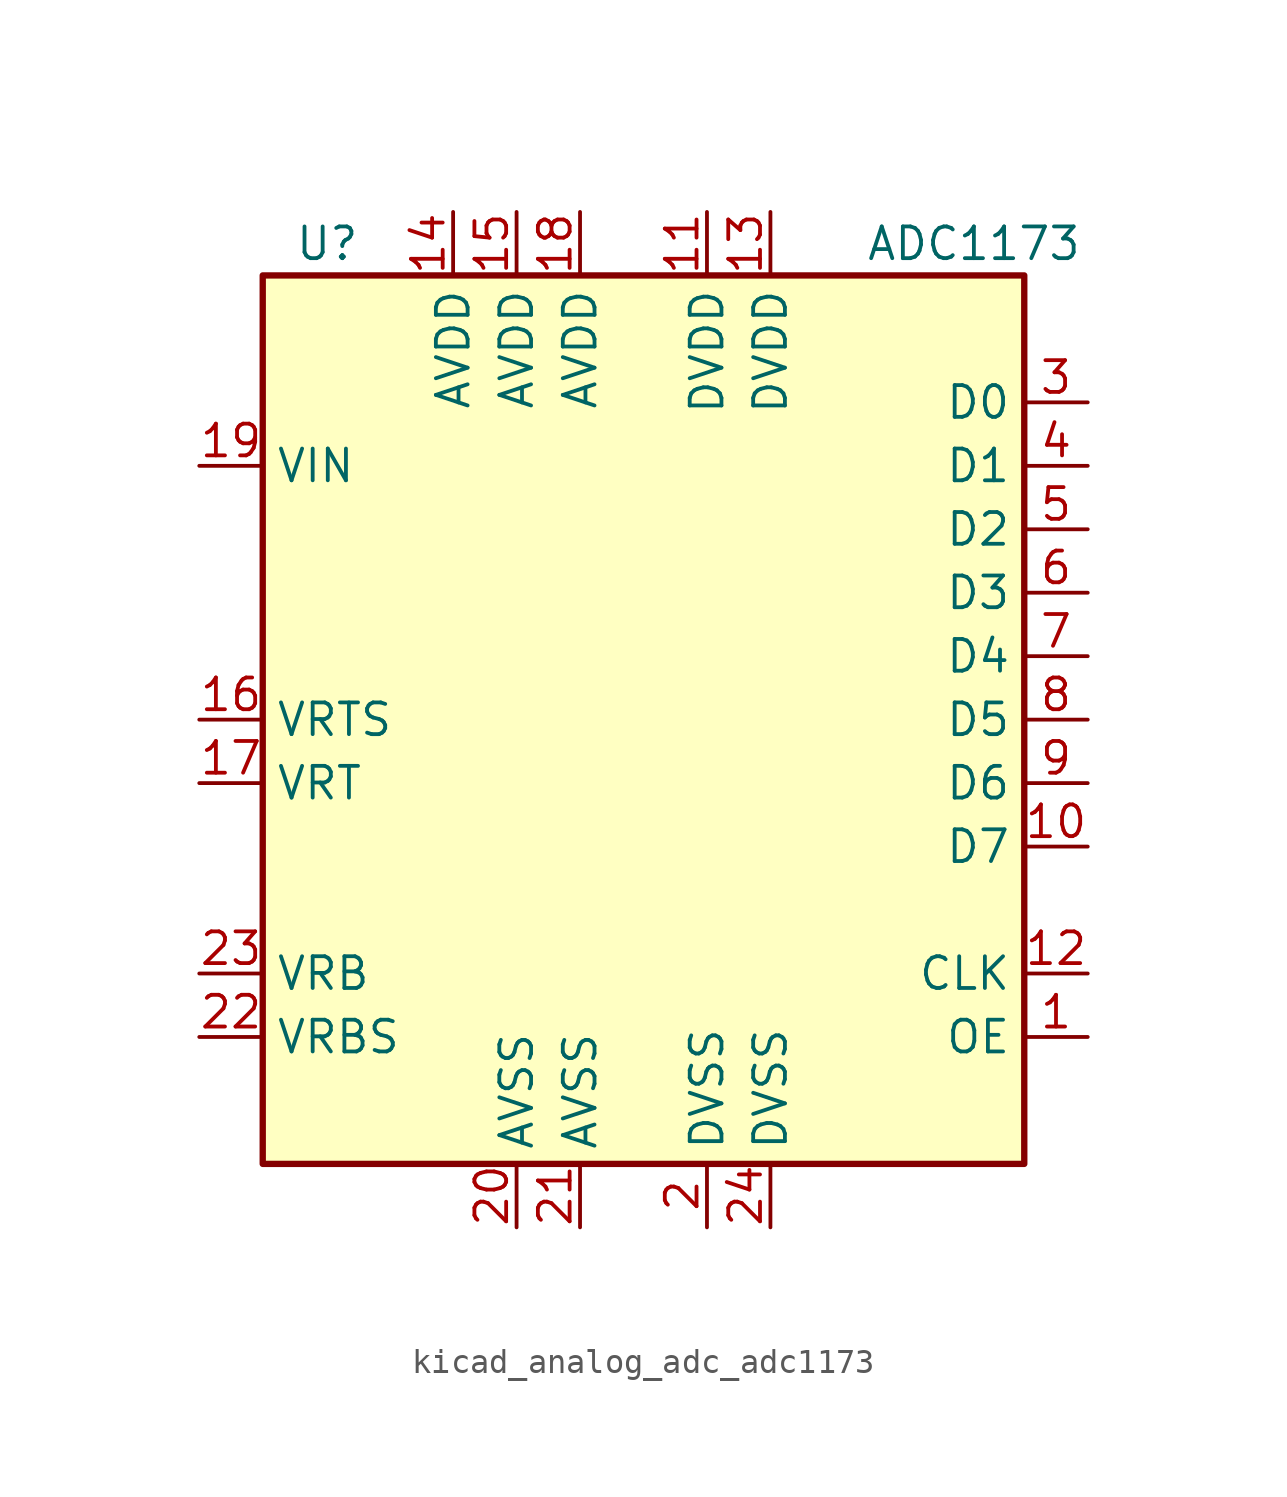
<source format=kicad_sym>
(kicad_symbol_lib
  (version 20220914)
  (generator kicad_symbol_editor)
  (symbol "kicad_analog_adc_adc1173"
    (property "Reference" "U"
      (at -13.97 19.05 0)
      (effects (font (size 1.27 1.27)) (justify left)))
    (property "Value" "ADC1173"
      (at 8.89 19.05 0)
      (effects (font (size 1.27 1.27)) (justify left)))
    (symbol "kicad_analog_adc_adc1173_0_1"
      (rectangle (start -15.24 17.78) (end 15.24 -17.78) (stroke (width 0.254) (type default)) (fill (type background))))
    (symbol "kicad_analog_adc_adc1173_1_1"
      (pin input line (at 17.78 -12.7 180) (length 2.54) (name "OE" (effects (font (size 1.27 1.27)))) (number "1" (effects (font (size 1.27 1.27)))))
      (pin tri_state line (at 17.78 -5.08 180) (length 2.54) (name "D7" (effects (font (size 1.27 1.27)))) (number "10" (effects (font (size 1.27 1.27)))))
      (pin power_in line (at 2.54 20.32 270) (length 2.54) (name "DVDD" (effects (font (size 1.27 1.27)))) (number "11" (effects (font (size 1.27 1.27)))))
      (pin input line (at 17.78 -10.16 180) (length 2.54) (name "CLK" (effects (font (size 1.27 1.27)))) (number "12" (effects (font (size 1.27 1.27)))))
      (pin power_in line (at 5.08 20.32 270) (length 2.54) (name "DVDD" (effects (font (size 1.27 1.27)))) (number "13" (effects (font (size 1.27 1.27)))))
      (pin power_in line (at -7.62 20.32 270) (length 2.54) (name "AVDD" (effects (font (size 1.27 1.27)))) (number "14" (effects (font (size 1.27 1.27)))))
      (pin power_in line (at -5.08 20.32 270) (length 2.54) (name "AVDD" (effects (font (size 1.27 1.27)))) (number "15" (effects (font (size 1.27 1.27)))))
      (pin input line (at -17.78 0 0) (length 2.54) (name "VRTS" (effects (font (size 1.27 1.27)))) (number "16" (effects (font (size 1.27 1.27)))))
      (pin input line (at -17.78 -2.54 0) (length 2.54) (name "VRT" (effects (font (size 1.27 1.27)))) (number "17" (effects (font (size 1.27 1.27)))))
      (pin power_in line (at -2.54 20.32 270) (length 2.54) (name "AVDD" (effects (font (size 1.27 1.27)))) (number "18" (effects (font (size 1.27 1.27)))))
      (pin input line (at -17.78 10.16 0) (length 2.54) (name "VIN" (effects (font (size 1.27 1.27)))) (number "19" (effects (font (size 1.27 1.27)))))
      (pin power_in line (at 2.54 -20.32 90) (length 2.54) (name "DVSS" (effects (font (size 1.27 1.27)))) (number "2" (effects (font (size 1.27 1.27)))))
      (pin power_in line (at -5.08 -20.32 90) (length 2.54) (name "AVSS" (effects (font (size 1.27 1.27)))) (number "20" (effects (font (size 1.27 1.27)))))
      (pin power_in line (at -2.54 -20.32 90) (length 2.54) (name "AVSS" (effects (font (size 1.27 1.27)))) (number "21" (effects (font (size 1.27 1.27)))))
      (pin input line (at -17.78 -12.7 0) (length 2.54) (name "VRBS" (effects (font (size 1.27 1.27)))) (number "22" (effects (font (size 1.27 1.27)))))
      (pin input line (at -17.78 -10.16 0) (length 2.54) (name "VRB" (effects (font (size 1.27 1.27)))) (number "23" (effects (font (size 1.27 1.27)))))
      (pin power_in line (at 5.08 -20.32 90) (length 2.54) (name "DVSS" (effects (font (size 1.27 1.27)))) (number "24" (effects (font (size 1.27 1.27)))))
      (pin tri_state line (at 17.78 12.7 180) (length 2.54) (name "D0" (effects (font (size 1.27 1.27)))) (number "3" (effects (font (size 1.27 1.27)))))
      (pin tri_state line (at 17.78 10.16 180) (length 2.54) (name "D1" (effects (font (size 1.27 1.27)))) (number "4" (effects (font (size 1.27 1.27)))))
      (pin tri_state line (at 17.78 7.62 180) (length 2.54) (name "D2" (effects (font (size 1.27 1.27)))) (number "5" (effects (font (size 1.27 1.27)))))
      (pin tri_state line (at 17.78 5.08 180) (length 2.54) (name "D3" (effects (font (size 1.27 1.27)))) (number "6" (effects (font (size 1.27 1.27)))))
      (pin tri_state line (at 17.78 2.54 180) (length 2.54) (name "D4" (effects (font (size 1.27 1.27)))) (number "7" (effects (font (size 1.27 1.27)))))
      (pin tri_state line (at 17.78 0 180) (length 2.54) (name "D5" (effects (font (size 1.27 1.27)))) (number "8" (effects (font (size 1.27 1.27)))))
      (pin tri_state line (at 17.78 -2.54 180) (length 2.54) (name "D6" (effects (font (size 1.27 1.27)))) (number "9" (effects (font (size 1.27 1.27))))))))
</source>
